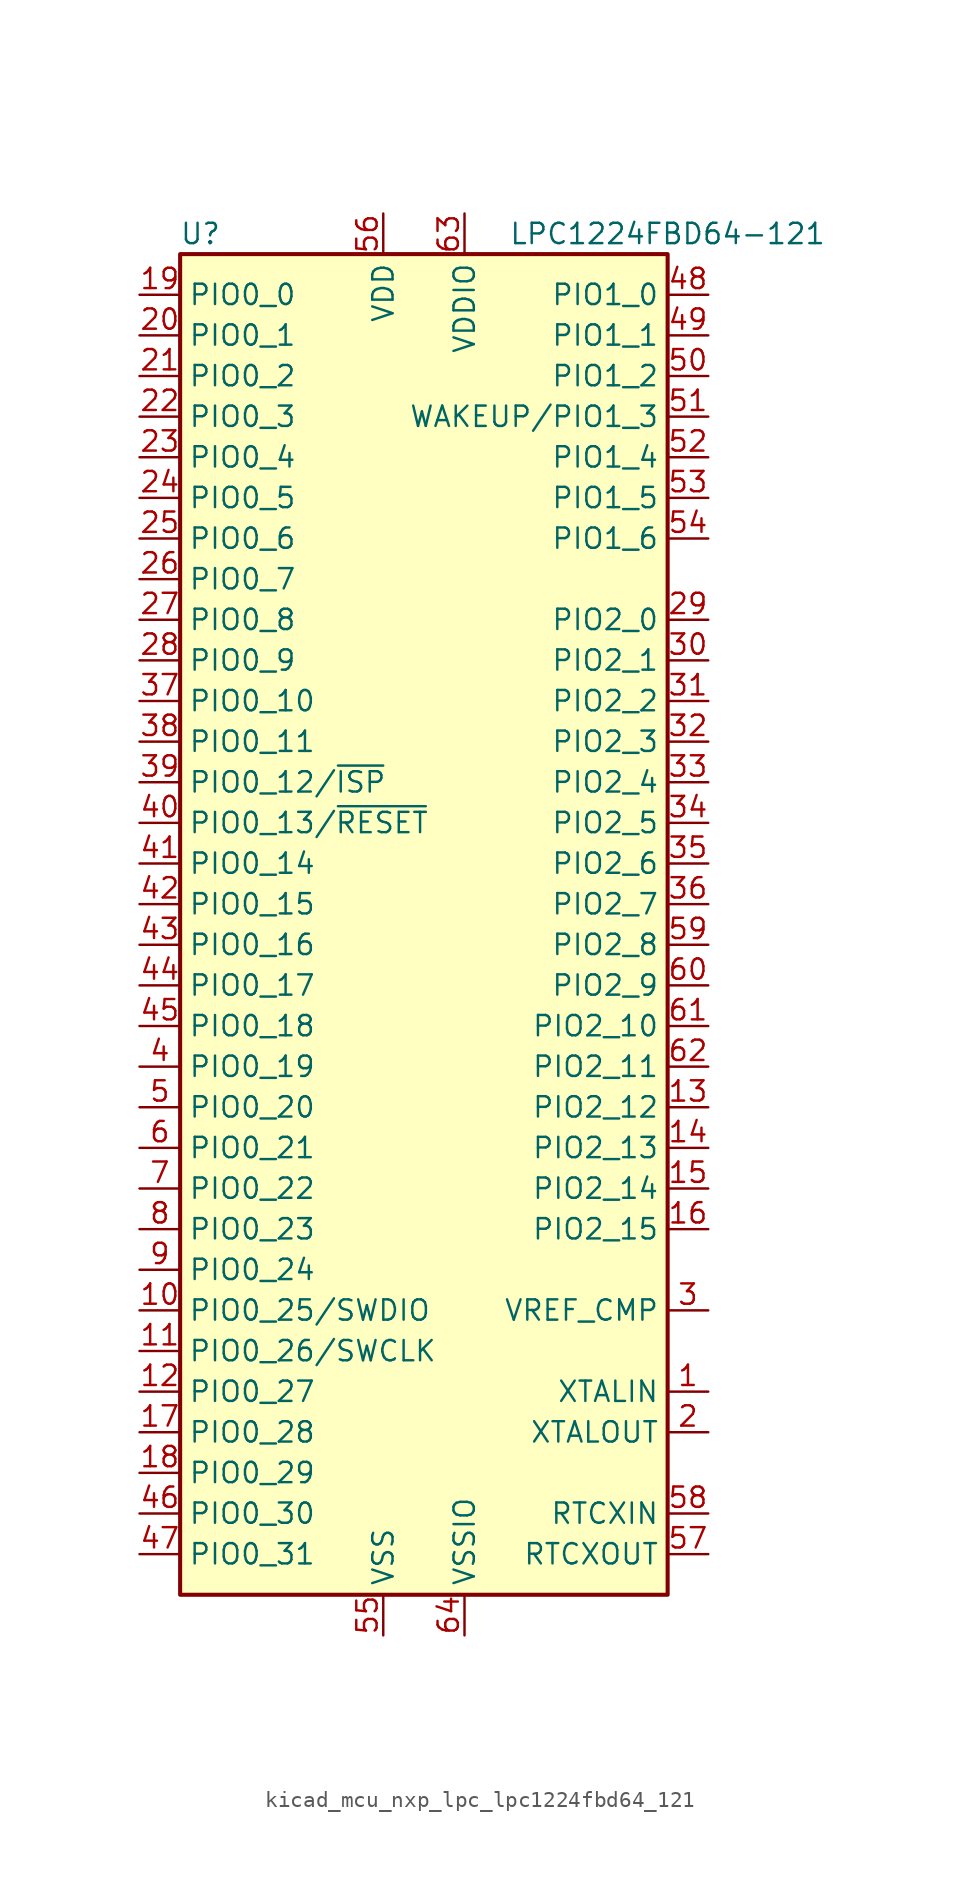
<source format=kicad_sym>
(kicad_symbol_lib
  (version 20220914)
  (generator kicad_symbol_editor)
  (symbol "kicad_mcu_nxp_lpc_lpc1224fbd64_121"
    (property "Reference" "U"
      (at -13.97 44.45 0)
      (effects (font (size 1.27 1.27))))
    (property "Value" "LPC1224FBD64-121"
      (at 15.24 44.45 0)
      (effects (font (size 1.27 1.27))))
    (symbol "kicad_mcu_nxp_lpc_lpc1224fbd64_121_0_1"
      (rectangle (start -15.24 43.18) (end 15.24 -40.64) (stroke (width 0.254) (type default)) (fill (type background))))
    (symbol "kicad_mcu_nxp_lpc_lpc1224fbd64_121_1_1"
      (pin input line (at 17.78 -27.94 180) (length 2.54) (name "XTALIN" (effects (font (size 1.27 1.27)))) (number "1" (effects (font (size 1.27 1.27)))))
      (pin bidirectional line (at -17.78 -22.86 0) (length 2.54) (name "PIO0_25/SWDIO" (effects (font (size 1.27 1.27)))) (number "10" (effects (font (size 1.27 1.27)))))
      (pin bidirectional line (at -17.78 -25.4 0) (length 2.54) (name "PIO0_26/SWCLK" (effects (font (size 1.27 1.27)))) (number "11" (effects (font (size 1.27 1.27)))))
      (pin bidirectional line (at -17.78 -27.94 0) (length 2.54) (name "PIO0_27" (effects (font (size 1.27 1.27)))) (number "12" (effects (font (size 1.27 1.27)))))
      (pin bidirectional line (at 17.78 -10.16 180) (length 2.54) (name "PIO2_12" (effects (font (size 1.27 1.27)))) (number "13" (effects (font (size 1.27 1.27)))))
      (pin bidirectional line (at 17.78 -12.7 180) (length 2.54) (name "PIO2_13" (effects (font (size 1.27 1.27)))) (number "14" (effects (font (size 1.27 1.27)))))
      (pin bidirectional line (at 17.78 -15.24 180) (length 2.54) (name "PIO2_14" (effects (font (size 1.27 1.27)))) (number "15" (effects (font (size 1.27 1.27)))))
      (pin bidirectional line (at 17.78 -17.78 180) (length 2.54) (name "PIO2_15" (effects (font (size 1.27 1.27)))) (number "16" (effects (font (size 1.27 1.27)))))
      (pin bidirectional line (at -17.78 -30.48 0) (length 2.54) (name "PIO0_28" (effects (font (size 1.27 1.27)))) (number "17" (effects (font (size 1.27 1.27)))))
      (pin bidirectional line (at -17.78 -33.02 0) (length 2.54) (name "PIO0_29" (effects (font (size 1.27 1.27)))) (number "18" (effects (font (size 1.27 1.27)))))
      (pin bidirectional line (at -17.78 40.64 0) (length 2.54) (name "PIO0_0" (effects (font (size 1.27 1.27)))) (number "19" (effects (font (size 1.27 1.27)))))
      (pin output line (at 17.78 -30.48 180) (length 2.54) (name "XTALOUT" (effects (font (size 1.27 1.27)))) (number "2" (effects (font (size 1.27 1.27)))))
      (pin bidirectional line (at -17.78 38.1 0) (length 2.54) (name "PIO0_1" (effects (font (size 1.27 1.27)))) (number "20" (effects (font (size 1.27 1.27)))))
      (pin bidirectional line (at -17.78 35.56 0) (length 2.54) (name "PIO0_2" (effects (font (size 1.27 1.27)))) (number "21" (effects (font (size 1.27 1.27)))))
      (pin bidirectional line (at -17.78 33.02 0) (length 2.54) (name "PIO0_3" (effects (font (size 1.27 1.27)))) (number "22" (effects (font (size 1.27 1.27)))))
      (pin bidirectional line (at -17.78 30.48 0) (length 2.54) (name "PIO0_4" (effects (font (size 1.27 1.27)))) (number "23" (effects (font (size 1.27 1.27)))))
      (pin bidirectional line (at -17.78 27.94 0) (length 2.54) (name "PIO0_5" (effects (font (size 1.27 1.27)))) (number "24" (effects (font (size 1.27 1.27)))))
      (pin bidirectional line (at -17.78 25.4 0) (length 2.54) (name "PIO0_6" (effects (font (size 1.27 1.27)))) (number "25" (effects (font (size 1.27 1.27)))))
      (pin bidirectional line (at -17.78 22.86 0) (length 2.54) (name "PIO0_7" (effects (font (size 1.27 1.27)))) (number "26" (effects (font (size 1.27 1.27)))))
      (pin bidirectional line (at -17.78 20.32 0) (length 2.54) (name "PIO0_8" (effects (font (size 1.27 1.27)))) (number "27" (effects (font (size 1.27 1.27)))))
      (pin bidirectional line (at -17.78 17.78 0) (length 2.54) (name "PIO0_9" (effects (font (size 1.27 1.27)))) (number "28" (effects (font (size 1.27 1.27)))))
      (pin bidirectional line (at 17.78 20.32 180) (length 2.54) (name "PIO2_0" (effects (font (size 1.27 1.27)))) (number "29" (effects (font (size 1.27 1.27)))))
      (pin input line (at 17.78 -22.86 180) (length 2.54) (name "VREF_CMP" (effects (font (size 1.27 1.27)))) (number "3" (effects (font (size 1.27 1.27)))))
      (pin bidirectional line (at 17.78 17.78 180) (length 2.54) (name "PIO2_1" (effects (font (size 1.27 1.27)))) (number "30" (effects (font (size 1.27 1.27)))))
      (pin bidirectional line (at 17.78 15.24 180) (length 2.54) (name "PIO2_2" (effects (font (size 1.27 1.27)))) (number "31" (effects (font (size 1.27 1.27)))))
      (pin bidirectional line (at 17.78 12.7 180) (length 2.54) (name "PIO2_3" (effects (font (size 1.27 1.27)))) (number "32" (effects (font (size 1.27 1.27)))))
      (pin bidirectional line (at 17.78 10.16 180) (length 2.54) (name "PIO2_4" (effects (font (size 1.27 1.27)))) (number "33" (effects (font (size 1.27 1.27)))))
      (pin bidirectional line (at 17.78 7.62 180) (length 2.54) (name "PIO2_5" (effects (font (size 1.27 1.27)))) (number "34" (effects (font (size 1.27 1.27)))))
      (pin bidirectional line (at 17.78 5.08 180) (length 2.54) (name "PIO2_6" (effects (font (size 1.27 1.27)))) (number "35" (effects (font (size 1.27 1.27)))))
      (pin bidirectional line (at 17.78 2.54 180) (length 2.54) (name "PIO2_7" (effects (font (size 1.27 1.27)))) (number "36" (effects (font (size 1.27 1.27)))))
      (pin bidirectional line (at -17.78 15.24 0) (length 2.54) (name "PIO0_10" (effects (font (size 1.27 1.27)))) (number "37" (effects (font (size 1.27 1.27)))))
      (pin bidirectional line (at -17.78 12.7 0) (length 2.54) (name "PIO0_11" (effects (font (size 1.27 1.27)))) (number "38" (effects (font (size 1.27 1.27)))))
      (pin bidirectional line (at -17.78 10.16 0) (length 2.54) (name "PIO0_12/~{ISP}" (effects (font (size 1.27 1.27)))) (number "39" (effects (font (size 1.27 1.27)))))
      (pin bidirectional line (at -17.78 -7.62 0) (length 2.54) (name "PIO0_19" (effects (font (size 1.27 1.27)))) (number "4" (effects (font (size 1.27 1.27)))))
      (pin bidirectional line (at -17.78 7.62 0) (length 2.54) (name "PIO0_13/~{RESET}" (effects (font (size 1.27 1.27)))) (number "40" (effects (font (size 1.27 1.27)))))
      (pin bidirectional line (at -17.78 5.08 0) (length 2.54) (name "PIO0_14" (effects (font (size 1.27 1.27)))) (number "41" (effects (font (size 1.27 1.27)))))
      (pin bidirectional line (at -17.78 2.54 0) (length 2.54) (name "PIO0_15" (effects (font (size 1.27 1.27)))) (number "42" (effects (font (size 1.27 1.27)))))
      (pin bidirectional line (at -17.78 0 0) (length 2.54) (name "PIO0_16" (effects (font (size 1.27 1.27)))) (number "43" (effects (font (size 1.27 1.27)))))
      (pin bidirectional line (at -17.78 -2.54 0) (length 2.54) (name "PIO0_17" (effects (font (size 1.27 1.27)))) (number "44" (effects (font (size 1.27 1.27)))))
      (pin bidirectional line (at -17.78 -5.08 0) (length 2.54) (name "PIO0_18" (effects (font (size 1.27 1.27)))) (number "45" (effects (font (size 1.27 1.27)))))
      (pin bidirectional line (at -17.78 -35.56 0) (length 2.54) (name "PIO0_30" (effects (font (size 1.27 1.27)))) (number "46" (effects (font (size 1.27 1.27)))))
      (pin bidirectional line (at -17.78 -38.1 0) (length 2.54) (name "PIO0_31" (effects (font (size 1.27 1.27)))) (number "47" (effects (font (size 1.27 1.27)))))
      (pin bidirectional line (at 17.78 40.64 180) (length 2.54) (name "PIO1_0" (effects (font (size 1.27 1.27)))) (number "48" (effects (font (size 1.27 1.27)))))
      (pin bidirectional line (at 17.78 38.1 180) (length 2.54) (name "PIO1_1" (effects (font (size 1.27 1.27)))) (number "49" (effects (font (size 1.27 1.27)))))
      (pin bidirectional line (at -17.78 -10.16 0) (length 2.54) (name "PIO0_20" (effects (font (size 1.27 1.27)))) (number "5" (effects (font (size 1.27 1.27)))))
      (pin bidirectional line (at 17.78 35.56 180) (length 2.54) (name "PIO1_2" (effects (font (size 1.27 1.27)))) (number "50" (effects (font (size 1.27 1.27)))))
      (pin bidirectional line (at 17.78 33.02 180) (length 2.54) (name "WAKEUP/PIO1_3" (effects (font (size 1.27 1.27)))) (number "51" (effects (font (size 1.27 1.27)))))
      (pin bidirectional line (at 17.78 30.48 180) (length 2.54) (name "PIO1_4" (effects (font (size 1.27 1.27)))) (number "52" (effects (font (size 1.27 1.27)))))
      (pin bidirectional line (at 17.78 27.94 180) (length 2.54) (name "PIO1_5" (effects (font (size 1.27 1.27)))) (number "53" (effects (font (size 1.27 1.27)))))
      (pin bidirectional line (at 17.78 25.4 180) (length 2.54) (name "PIO1_6" (effects (font (size 1.27 1.27)))) (number "54" (effects (font (size 1.27 1.27)))))
      (pin power_in line (at -2.54 -43.18 90) (length 2.54) (name "VSS" (effects (font (size 1.27 1.27)))) (number "55" (effects (font (size 1.27 1.27)))))
      (pin power_in line (at -2.54 45.72 270) (length 2.54) (name "VDD" (effects (font (size 1.27 1.27)))) (number "56" (effects (font (size 1.27 1.27)))))
      (pin output line (at 17.78 -38.1 180) (length 2.54) (name "RTCXOUT" (effects (font (size 1.27 1.27)))) (number "57" (effects (font (size 1.27 1.27)))))
      (pin input line (at 17.78 -35.56 180) (length 2.54) (name "RTCXIN" (effects (font (size 1.27 1.27)))) (number "58" (effects (font (size 1.27 1.27)))))
      (pin bidirectional line (at 17.78 0 180) (length 2.54) (name "PIO2_8" (effects (font (size 1.27 1.27)))) (number "59" (effects (font (size 1.27 1.27)))))
      (pin bidirectional line (at -17.78 -12.7 0) (length 2.54) (name "PIO0_21" (effects (font (size 1.27 1.27)))) (number "6" (effects (font (size 1.27 1.27)))))
      (pin bidirectional line (at 17.78 -2.54 180) (length 2.54) (name "PIO2_9" (effects (font (size 1.27 1.27)))) (number "60" (effects (font (size 1.27 1.27)))))
      (pin bidirectional line (at 17.78 -5.08 180) (length 2.54) (name "PIO2_10" (effects (font (size 1.27 1.27)))) (number "61" (effects (font (size 1.27 1.27)))))
      (pin bidirectional line (at 17.78 -7.62 180) (length 2.54) (name "PIO2_11" (effects (font (size 1.27 1.27)))) (number "62" (effects (font (size 1.27 1.27)))))
      (pin power_in line (at 2.54 45.72 270) (length 2.54) (name "VDDIO" (effects (font (size 1.27 1.27)))) (number "63" (effects (font (size 1.27 1.27)))))
      (pin power_in line (at 2.54 -43.18 90) (length 2.54) (name "VSSIO" (effects (font (size 1.27 1.27)))) (number "64" (effects (font (size 1.27 1.27)))))
      (pin bidirectional line (at -17.78 -15.24 0) (length 2.54) (name "PIO0_22" (effects (font (size 1.27 1.27)))) (number "7" (effects (font (size 1.27 1.27)))))
      (pin bidirectional line (at -17.78 -17.78 0) (length 2.54) (name "PIO0_23" (effects (font (size 1.27 1.27)))) (number "8" (effects (font (size 1.27 1.27)))))
      (pin bidirectional line (at -17.78 -20.32 0) (length 2.54) (name "PIO0_24" (effects (font (size 1.27 1.27)))) (number "9" (effects (font (size 1.27 1.27))))))))
</source>
